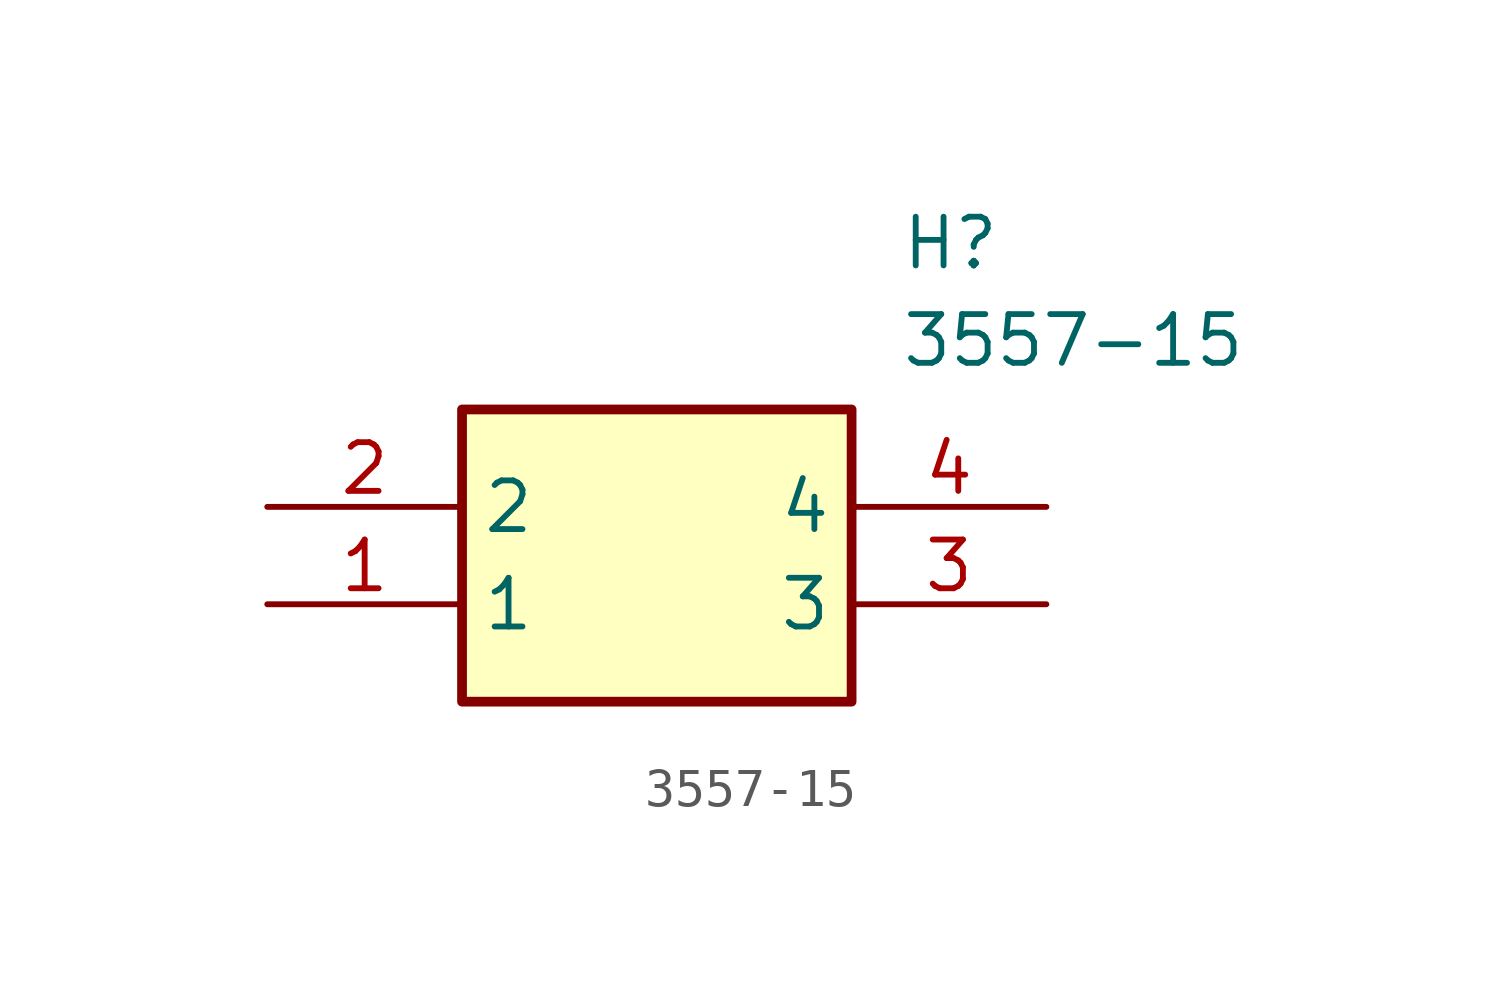
<source format=kicad_sym>
(kicad_symbol_lib
  (version 20211014)
  (generator SamacSys_ECAD_Model)
  (symbol "3557-15"
    (property "Reference" "H"
      (at 16.51 7.62 0)
      (effects (font (size 1.27 1.27)) (justify left top)))
    (property "Value" "3557-15"
      (at 16.51 5.08 0)
      (effects (font (size 1.27 1.27)) (justify left top)))
    (rectangle
      (start 5.08 2.54)
      (end 15.24 -5.08)
      (stroke (width 0.254) (type default))
      (fill (type background)))
    (pin passive line
      (at 0 -2.54 0)
      (length 5.08)
      (name "1" (effects (font (size 1.27 1.27))))
      (number "1" (effects (font (size 1.27 1.27)))))
    (pin passive line
      (at 0 0 0)
      (length 5.08)
      (name "2" (effects (font (size 1.27 1.27))))
      (number "2" (effects (font (size 1.27 1.27)))))
    (pin passive line
      (at 20.32 -2.54 180)
      (length 5.08)
      (name "3" (effects (font (size 1.27 1.27))))
      (number "3" (effects (font (size 1.27 1.27)))))
    (pin passive line
      (at 20.32 0 180)
      (length 5.08)
      (name "4" (effects (font (size 1.27 1.27))))
      (number "4" (effects (font (size 1.27 1.27)))))))
</source>
